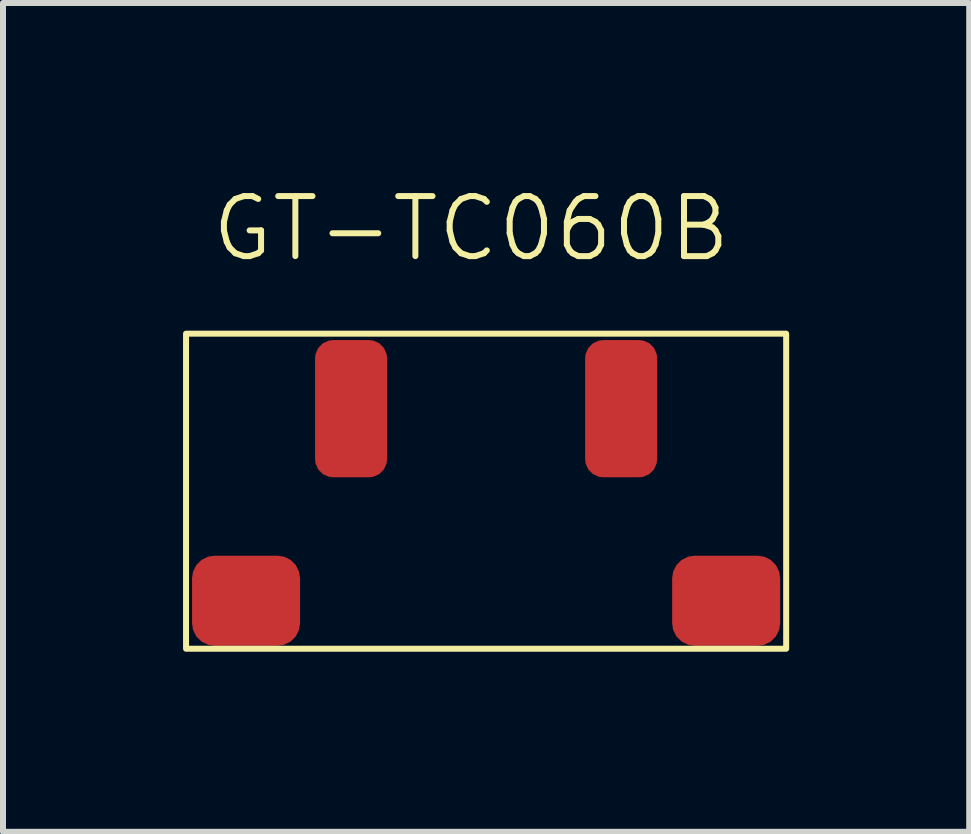
<source format=kicad_pcb>
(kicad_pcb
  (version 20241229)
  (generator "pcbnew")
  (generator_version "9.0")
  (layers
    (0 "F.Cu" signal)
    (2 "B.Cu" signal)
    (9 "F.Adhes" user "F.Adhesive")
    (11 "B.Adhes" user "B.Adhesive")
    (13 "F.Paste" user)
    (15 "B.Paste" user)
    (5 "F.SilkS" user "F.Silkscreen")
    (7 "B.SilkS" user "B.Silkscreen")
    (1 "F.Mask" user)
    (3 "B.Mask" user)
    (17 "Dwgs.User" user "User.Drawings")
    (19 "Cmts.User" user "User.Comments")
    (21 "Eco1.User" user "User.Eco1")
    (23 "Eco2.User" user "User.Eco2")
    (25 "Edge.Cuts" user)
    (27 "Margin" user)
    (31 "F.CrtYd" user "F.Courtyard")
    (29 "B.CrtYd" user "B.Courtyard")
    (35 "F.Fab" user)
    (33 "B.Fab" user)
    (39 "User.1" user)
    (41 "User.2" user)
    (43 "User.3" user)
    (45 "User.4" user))
  (footprint "GT-TC060B"
    (layer "F.Cu")
    (at 2.8 3.76)
    (property "Reference" "GT-TC060B" (at 2 -3 0) (unlocked yes) (layer "F.SilkS") (effects (font (size 1 1) (thickness 0.1))))
    (attr smd)
    (fp_rect (start -2.75 -1.25) (end 7.25 4) (stroke (width 0.1) (type default)) (fill no) (layer "F.SilkS"))
    (pad "1" smd roundrect (at 0 0 270) (size 2.286 1.2) (layers "F.Cu" "F.Mask" "F.Paste") (roundrect_rratio 0.25))
    (pad "2" smd roundrect (at 4.5 0 90) (size 2.286 1.2) (layers "F.Cu" "F.Mask" "F.Paste") (roundrect_rratio 0.25))
    (pad "MP" smd roundrect (at -1.75 3.2 180) (size 1.8 1.5) (layers "F.Cu" "F.Mask" "F.Paste") (roundrect_rratio 0.25))
    (pad "MP" smd roundrect (at 6.25 3.2 180) (size 1.8 1.5) (layers "F.Cu" "F.Mask" "F.Paste") (roundrect_rratio 0.25)))
  (gr_rect
    (start -3 -3)
    (end 13.1 10.81)
    (stroke (width 0.1) (type default))
    (fill no)
    (layer "Edge.Cuts")))
</source>
